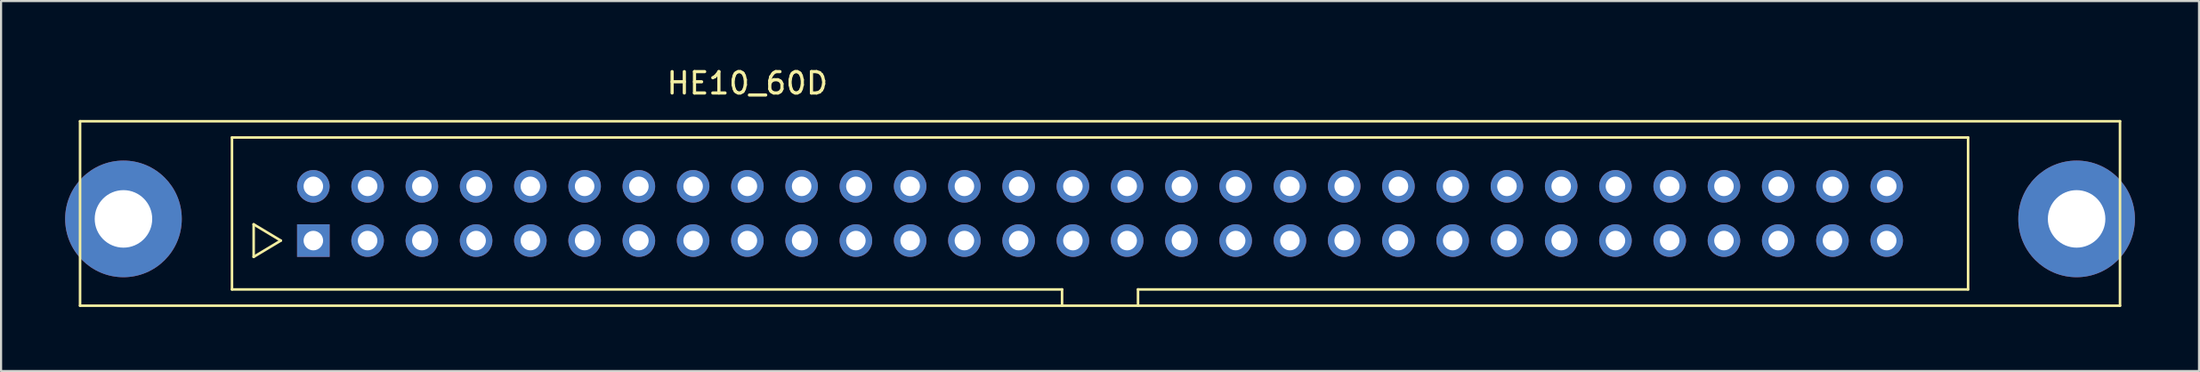
<source format=kicad_pcb>
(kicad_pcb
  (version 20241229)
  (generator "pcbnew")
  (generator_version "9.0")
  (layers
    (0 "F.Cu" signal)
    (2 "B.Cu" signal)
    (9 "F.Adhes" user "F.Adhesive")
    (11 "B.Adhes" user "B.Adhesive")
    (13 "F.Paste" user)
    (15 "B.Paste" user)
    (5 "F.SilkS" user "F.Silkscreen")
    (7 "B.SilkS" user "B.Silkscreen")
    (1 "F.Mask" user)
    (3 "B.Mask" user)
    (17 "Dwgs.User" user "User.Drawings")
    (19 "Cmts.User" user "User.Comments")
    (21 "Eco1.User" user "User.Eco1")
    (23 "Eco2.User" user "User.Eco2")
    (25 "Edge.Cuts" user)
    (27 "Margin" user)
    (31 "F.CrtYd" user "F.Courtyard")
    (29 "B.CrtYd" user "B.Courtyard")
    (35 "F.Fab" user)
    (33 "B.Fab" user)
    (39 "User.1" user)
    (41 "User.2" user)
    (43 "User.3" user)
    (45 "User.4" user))
  (footprint "HE10_60D"
    (layer "F.Cu")
    (at 48.45 7.198)
    (property "Reference" "HE10_60D" (at -16.51 -6.35 0) (layer "F.SilkS") (effects (font (size 1 1) (thickness 0.15))))
    (attr through_hole)
    (fp_line (start -47.752 -4.572) (end -47.752 4.064) (stroke (width 0.12) (type solid)) (layer "F.SilkS"))
    (fp_line (start -47.752 4.064) (end 47.752 4.064) (stroke (width 0.12) (type solid)) (layer "F.SilkS"))
    (fp_line (start -40.64 -3.81) (end 40.64 -3.81) (stroke (width 0.12) (type solid)) (layer "F.SilkS"))
    (fp_line (start -40.64 3.302) (end -40.64 -3.81) (stroke (width 0.12) (type solid)) (layer "F.SilkS"))
    (fp_line (start -39.624 0.254) (end -39.624 1.778) (stroke (width 0.12) (type solid)) (layer "F.SilkS"))
    (fp_line (start -39.624 1.778) (end -38.354 1.016) (stroke (width 0.12) (type solid)) (layer "F.SilkS"))
    (fp_line (start -38.354 1.016) (end -39.624 0.254) (stroke (width 0.12) (type solid)) (layer "F.SilkS"))
    (fp_line (start -1.778 3.302) (end -40.64 3.302) (stroke (width 0.12) (type solid)) (layer "F.SilkS"))
    (fp_line (start -1.778 4.064) (end -1.778 3.302) (stroke (width 0.12) (type solid)) (layer "F.SilkS"))
    (fp_line (start 1.778 3.302) (end 1.778 4.064) (stroke (width 0.12) (type solid)) (layer "F.SilkS"))
    (fp_line (start 40.64 -3.81) (end 40.64 3.302) (stroke (width 0.12) (type solid)) (layer "F.SilkS"))
    (fp_line (start 40.64 3.302) (end 1.778 3.302) (stroke (width 0.12) (type solid)) (layer "F.SilkS"))
    (fp_line (start 47.752 -4.572) (end -47.752 -4.572) (stroke (width 0.12) (type solid)) (layer "F.SilkS"))
    (fp_line (start 47.752 4.064) (end 47.752 -4.572) (stroke (width 0.12) (type solid)) (layer "F.SilkS"))
    (pad "" thru_hole circle (at -45.72 0) (size 5.461 5.461) (drill 2.692) (layers "*.Cu" "*.Mask"))
    (pad "" thru_hole circle (at 45.72 0) (size 5.461 5.461) (drill 2.692) (layers "*.Cu" "*.Mask"))
    (pad "1" thru_hole rect (at -36.83 1.016) (size 1.524 1.524) (drill 0.914) (layers "*.Cu" "*.Mask"))
    (pad "2" thru_hole circle (at -36.83 -1.524) (size 1.524 1.524) (drill 0.914) (layers "*.Cu" "*.Mask"))
    (pad "3" thru_hole circle (at -34.29 1.016) (size 1.524 1.524) (drill 0.914) (layers "*.Cu" "*.Mask"))
    (pad "4" thru_hole circle (at -34.29 -1.524) (size 1.524 1.524) (drill 0.914) (layers "*.Cu" "*.Mask"))
    (pad "5" thru_hole circle (at -31.75 1.016) (size 1.524 1.524) (drill 0.914) (layers "*.Cu" "*.Mask"))
    (pad "6" thru_hole circle (at -31.75 -1.524) (size 1.524 1.524) (drill 0.914) (layers "*.Cu" "*.Mask"))
    (pad "7" thru_hole circle (at -29.21 1.016) (size 1.524 1.524) (drill 0.914) (layers "*.Cu" "*.Mask"))
    (pad "8" thru_hole circle (at -29.21 -1.524) (size 1.524 1.524) (drill 0.914) (layers "*.Cu" "*.Mask"))
    (pad "9" thru_hole circle (at -26.67 1.016) (size 1.524 1.524) (drill 0.914) (layers "*.Cu" "*.Mask"))
    (pad "10" thru_hole circle (at -26.67 -1.524) (size 1.524 1.524) (drill 0.914) (layers "*.Cu" "*.Mask"))
    (pad "11" thru_hole circle (at -24.13 1.016) (size 1.524 1.524) (drill 0.914) (layers "*.Cu" "*.Mask"))
    (pad "12" thru_hole circle (at -24.13 -1.524) (size 1.524 1.524) (drill 0.914) (layers "*.Cu" "*.Mask"))
    (pad "13" thru_hole circle (at -21.59 1.016) (size 1.524 1.524) (drill 0.914) (layers "*.Cu" "*.Mask"))
    (pad "14" thru_hole circle (at -21.59 -1.524) (size 1.524 1.524) (drill 0.914) (layers "*.Cu" "*.Mask"))
    (pad "15" thru_hole circle (at -19.05 1.016) (size 1.524 1.524) (drill 0.914) (layers "*.Cu" "*.Mask"))
    (pad "16" thru_hole circle (at -19.05 -1.524) (size 1.524 1.524) (drill 0.914) (layers "*.Cu" "*.Mask"))
    (pad "17" thru_hole circle (at -16.51 1.016) (size 1.524 1.524) (drill 0.914) (layers "*.Cu" "*.Mask"))
    (pad "18" thru_hole circle (at -16.51 -1.524) (size 1.524 1.524) (drill 0.914) (layers "*.Cu" "*.Mask"))
    (pad "19" thru_hole circle (at -13.97 1.016) (size 1.524 1.524) (drill 0.914) (layers "*.Cu" "*.Mask"))
    (pad "20" thru_hole circle (at -13.97 -1.524) (size 1.524 1.524) (drill 0.914) (layers "*.Cu" "*.Mask"))
    (pad "21" thru_hole circle (at -11.43 1.016) (size 1.524 1.524) (drill 0.914) (layers "*.Cu" "*.Mask"))
    (pad "22" thru_hole circle (at -11.43 -1.524) (size 1.524 1.524) (drill 0.914) (layers "*.Cu" "*.Mask"))
    (pad "23" thru_hole circle (at -8.89 1.016) (size 1.524 1.524) (drill 0.914) (layers "*.Cu" "*.Mask"))
    (pad "24" thru_hole circle (at -8.89 -1.524) (size 1.524 1.524) (drill 0.914) (layers "*.Cu" "*.Mask"))
    (pad "25" thru_hole circle (at -6.35 1.016) (size 1.524 1.524) (drill 0.914) (layers "*.Cu" "*.Mask"))
    (pad "26" thru_hole circle (at -6.35 -1.524) (size 1.524 1.524) (drill 0.914) (layers "*.Cu" "*.Mask"))
    (pad "27" thru_hole circle (at -3.81 1.016) (size 1.524 1.524) (drill 0.914) (layers "*.Cu" "*.Mask"))
    (pad "28" thru_hole circle (at -3.81 -1.524) (size 1.524 1.524) (drill 0.914) (layers "*.Cu" "*.Mask"))
    (pad "29" thru_hole circle (at -1.27 1.016) (size 1.524 1.524) (drill 0.914) (layers "*.Cu" "*.Mask"))
    (pad "30" thru_hole circle (at -1.27 -1.524) (size 1.524 1.524) (drill 0.914) (layers "*.Cu" "*.Mask"))
    (pad "31" thru_hole circle (at 1.27 1.016) (size 1.524 1.524) (drill 0.914) (layers "*.Cu" "*.Mask"))
    (pad "32" thru_hole circle (at 1.27 -1.524) (size 1.524 1.524) (drill 0.914) (layers "*.Cu" "*.Mask"))
    (pad "33" thru_hole circle (at 3.81 1.016) (size 1.524 1.524) (drill 0.914) (layers "*.Cu" "*.Mask"))
    (pad "34" thru_hole circle (at 3.81 -1.524) (size 1.524 1.524) (drill 0.914) (layers "*.Cu" "*.Mask"))
    (pad "35" thru_hole circle (at 6.35 1.016) (size 1.524 1.524) (drill 0.914) (layers "*.Cu" "*.Mask"))
    (pad "36" thru_hole circle (at 6.35 -1.524) (size 1.524 1.524) (drill 0.914) (layers "*.Cu" "*.Mask"))
    (pad "37" thru_hole circle (at 8.89 1.016) (size 1.524 1.524) (drill 0.914) (layers "*.Cu" "*.Mask"))
    (pad "38" thru_hole circle (at 8.89 -1.524) (size 1.524 1.524) (drill 0.914) (layers "*.Cu" "*.Mask"))
    (pad "39" thru_hole circle (at 11.43 1.016) (size 1.524 1.524) (drill 0.914) (layers "*.Cu" "*.Mask"))
    (pad "40" thru_hole circle (at 11.43 -1.524) (size 1.524 1.524) (drill 0.914) (layers "*.Cu" "*.Mask"))
    (pad "41" thru_hole circle (at 13.97 1.016) (size 1.524 1.524) (drill 0.914) (layers "*.Cu" "*.Mask"))
    (pad "42" thru_hole circle (at 13.97 -1.524) (size 1.524 1.524) (drill 0.914) (layers "*.Cu" "*.Mask"))
    (pad "43" thru_hole circle (at 16.51 1.016) (size 1.524 1.524) (drill 0.914) (layers "*.Cu" "*.Mask"))
    (pad "44" thru_hole circle (at 16.51 -1.524) (size 1.524 1.524) (drill 0.914) (layers "*.Cu" "*.Mask"))
    (pad "45" thru_hole circle (at 19.05 1.016) (size 1.524 1.524) (drill 0.914) (layers "*.Cu" "*.Mask"))
    (pad "46" thru_hole circle (at 19.05 -1.524) (size 1.524 1.524) (drill 0.914) (layers "*.Cu" "*.Mask"))
    (pad "47" thru_hole circle (at 21.59 1.016) (size 1.524 1.524) (drill 0.914) (layers "*.Cu" "*.Mask"))
    (pad "48" thru_hole circle (at 21.59 -1.524) (size 1.524 1.524) (drill 0.914) (layers "*.Cu" "*.Mask"))
    (pad "49" thru_hole circle (at 24.13 1.016) (size 1.524 1.524) (drill 0.914) (layers "*.Cu" "*.Mask"))
    (pad "50" thru_hole circle (at 24.13 -1.524) (size 1.524 1.524) (drill 0.914) (layers "*.Cu" "*.Mask"))
    (pad "51" thru_hole circle (at 26.67 1.016) (size 1.524 1.524) (drill 0.914) (layers "*.Cu" "*.Mask"))
    (pad "52" thru_hole circle (at 26.67 -1.524) (size 1.524 1.524) (drill 0.914) (layers "*.Cu" "*.Mask"))
    (pad "53" thru_hole circle (at 29.21 1.016) (size 1.524 1.524) (drill 0.914) (layers "*.Cu" "*.Mask"))
    (pad "54" thru_hole circle (at 29.21 -1.524) (size 1.524 1.524) (drill 0.914) (layers "*.Cu" "*.Mask"))
    (pad "55" thru_hole circle (at 31.75 1.016) (size 1.524 1.524) (drill 0.914) (layers "*.Cu" "*.Mask"))
    (pad "56" thru_hole circle (at 31.75 -1.524) (size 1.524 1.524) (drill 0.914) (layers "*.Cu" "*.Mask"))
    (pad "57" thru_hole circle (at 34.29 1.016) (size 1.524 1.524) (drill 0.914) (layers "*.Cu" "*.Mask"))
    (pad "58" thru_hole circle (at 34.29 -1.524) (size 1.524 1.524) (drill 0.914) (layers "*.Cu" "*.Mask"))
    (pad "59" thru_hole circle (at 36.83 1.016) (size 1.524 1.524) (drill 0.914) (layers "*.Cu" "*.Mask"))
    (pad "60" thru_hole circle (at 36.83 -1.524) (size 1.524 1.524) (drill 0.914) (layers "*.Cu" "*.Mask")))
  (gr_rect
    (start -3 -3)
    (end 99.901 14.322)
    (stroke (width 0.1) (type default))
    (fill no)
    (layer "Edge.Cuts")))
</source>
